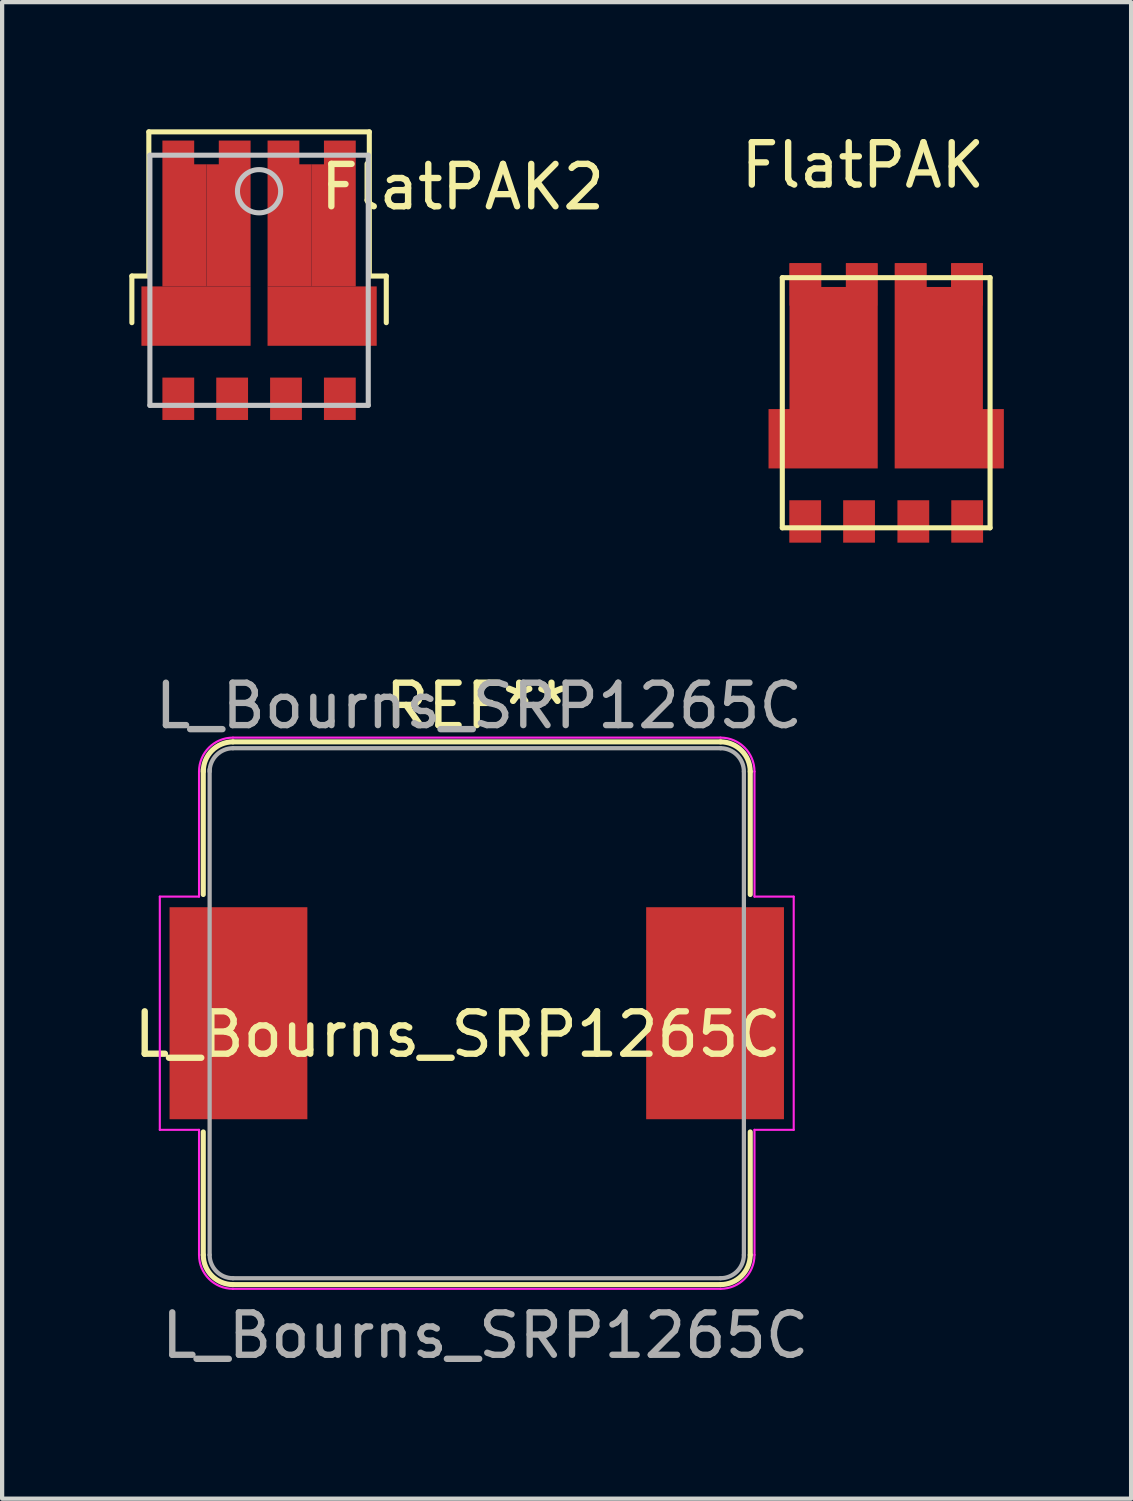
<source format=kicad_pcb>
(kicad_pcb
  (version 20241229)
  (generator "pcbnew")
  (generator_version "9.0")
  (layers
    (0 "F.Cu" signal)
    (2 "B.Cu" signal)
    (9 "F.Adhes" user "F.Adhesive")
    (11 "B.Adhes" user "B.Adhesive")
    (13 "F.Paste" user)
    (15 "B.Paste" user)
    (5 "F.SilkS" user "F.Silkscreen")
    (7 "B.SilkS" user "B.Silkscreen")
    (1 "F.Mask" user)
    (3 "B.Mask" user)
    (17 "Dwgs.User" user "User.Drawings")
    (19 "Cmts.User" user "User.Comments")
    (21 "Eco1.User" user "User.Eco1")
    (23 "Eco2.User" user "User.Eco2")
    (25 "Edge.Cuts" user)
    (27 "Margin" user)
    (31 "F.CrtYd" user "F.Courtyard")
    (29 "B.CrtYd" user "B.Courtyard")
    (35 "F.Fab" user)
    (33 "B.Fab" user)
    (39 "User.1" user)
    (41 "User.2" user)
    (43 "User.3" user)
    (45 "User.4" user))
  (footprint "FlatPAK2"
    (layer "F.Cu")
    (at 3.06 3.56)
    (property "Reference" "FlatPAK2" (at 4.8 -2.2 0) (layer "F.SilkS") (effects (font (size 1 1) (thickness 0.15))))
    (attr through_hole)
    (fp_line (start -3 -0.1) (end -2.6 -0.1) (stroke (width 0.12) (type solid)) (layer "F.SilkS"))
    (fp_line (start -3 1) (end -3 -0.1) (stroke (width 0.12) (type solid)) (layer "F.SilkS"))
    (fp_line (start -2.6 -3.5) (end 2.6 -3.5) (stroke (width 0.12) (type solid)) (layer "F.SilkS"))
    (fp_line (start -2.6 -0.1) (end -2.6 -3.5) (stroke (width 0.12) (type solid)) (layer "F.SilkS"))
    (fp_line (start 2.6 -3.5) (end 2.6 -0.1) (stroke (width 0.12) (type solid)) (layer "F.SilkS"))
    (fp_line (start 2.6 -0.1) (end 3 -0.1) (stroke (width 0.12) (type solid)) (layer "F.SilkS"))
    (fp_line (start 3 -0.1) (end 3 1) (stroke (width 0.12) (type solid)) (layer "F.SilkS"))
    (fp_line (start -2.575 -2.95) (end -2.575 2.95) (stroke (width 0.12) (type solid)) (layer "Dwgs.User"))
    (fp_line (start -2.575 -2.95) (end 2.575 -2.95) (stroke (width 0.12) (type solid)) (layer "Dwgs.User"))
    (fp_line (start -2.575 2.95) (end 2.575 2.95) (stroke (width 0.12) (type solid)) (layer "Dwgs.User"))
    (fp_line (start 2.575 2.95) (end 2.575 -2.95) (stroke (width 0.12) (type solid)) (layer "Dwgs.User"))
    (fp_circle (center 0 -2.1) (end 0.1 -1.6) (stroke (width 0.12) (type solid)) (fill no) (layer "Dwgs.User"))
    (pad "1" smd rect (at 1.905 2.795) (size 0.75 1) (layers "F.Cu" "F.Mask" "F.Paste"))
    (pad "2" smd rect (at 0.635 2.795) (size 0.75 1) (layers "F.Cu" "F.Mask" "F.Paste"))
    (pad "3" smd rect (at -0.635 2.795) (size 0.75 1) (layers "F.Cu" "F.Mask" "F.Paste"))
    (pad "4" smd rect (at -1.905 2.795) (size 0.75 1) (layers "F.Cu" "F.Mask" "F.Paste"))
    (pad "5" smd custom (at -1.905 -3.015) (size 0.75 0.56) (layers "F.Cu" "F.Mask" "F.Paste") (options (anchor rect)) (primitives (gr_poly (pts (xy -0.375 -0.28) (xy 0.375 -0.28) (xy 0.375 0.28) (xy 0.665 0.28) (xy 0.665 3.16) (xy -0.375 3.16)) (width 0) (fill yes))))
    (pad "6" smd custom (at -0.575 -3.015) (size 0.75 0.56) (layers "F.Cu" "F.Mask" "F.Paste") (options (anchor rect)) (primitives (gr_poly (pts (xy 0.375 -0.28) (xy -0.375 -0.28) (xy -0.375 0.28) (xy -0.665 0.28) (xy -0.665 3.16) (xy 0.375 3.16)) (width 0) (fill yes))))
    (pad "7" smd custom (at 0.575 -3.015) (size 0.75 0.56) (layers "F.Cu" "F.Mask" "F.Paste") (options (anchor rect)) (primitives (gr_poly (pts (xy -0.375 -0.28) (xy 0.375 -0.28) (xy 0.375 0.28) (xy 0.665 0.28) (xy 0.665 3.16) (xy -0.375 3.16)) (width 0) (fill yes))))
    (pad "8" smd custom (at 1.905 -3.015) (size 0.75 0.56) (layers "F.Cu" "F.Mask" "F.Paste") (options (anchor rect)) (primitives (gr_poly (pts (xy 0.375 -0.28) (xy -0.375 -0.28) (xy -0.375 0.28) (xy -0.665 0.28) (xy -0.665 3.16) (xy 0.375 3.16)) (width 0) (fill yes))))
    (pad "F1" smd rect (at -2.131 0.845) (size 2.575 1.4) (drill (offset 0.644 0)) (layers "F.Cu" "F.Mask" "F.Paste"))
    (pad "F2" smd rect (at 2.131 0.845) (size 2.575 1.4) (drill (offset -0.644 0)) (layers "F.Cu" "F.Mask" "F.Paste")))
  (footprint "L_Bourns_SRP1265C"
    (layer "F.Cu")
    (at 7.744 20.846)
    (property "Reference" "L_Bourns_SRP1265C" (at 0 0.5 0) (layer "F.SilkS") (effects (font (size 1 1) (thickness 0.15))))
    (attr through_hole)
    (fp_line (start -6 -5.75) (end -6 -2.8) (stroke (width 0.12) (type solid)) (layer "F.SilkS"))
    (fp_line (start -6 2.8) (end -6 5.7) (stroke (width 0.12) (type solid)) (layer "F.SilkS"))
    (fp_line (start -5.3 -6.4) (end 6.2 -6.4) (stroke (width 0.12) (type solid)) (layer "F.SilkS"))
    (fp_line (start 6.2 6.4) (end -5.3 6.4) (stroke (width 0.12) (type solid)) (layer "F.SilkS"))
    (fp_line (start 6.9 -5.7) (end 6.9 -2.8) (stroke (width 0.12) (type solid)) (layer "F.SilkS"))
    (fp_line (start 6.9 2.8) (end 6.9 5.7) (stroke (width 0.12) (type solid)) (layer "F.SilkS"))
    (fp_arc (start -6 -5.7) (mid -5.794975 -6.194975) (end -5.3 -6.4) (stroke (width 0.12) (type solid)) (layer "F.SilkS"))
    (fp_arc (start -5.3 6.4) (mid -5.794975 6.194975) (end -6 5.7) (stroke (width 0.12) (type solid)) (layer "F.SilkS"))
    (fp_arc (start 6.2 -6.4) (mid 6.694975 -6.194975) (end 6.9 -5.7) (stroke (width 0.12) (type solid)) (layer "F.SilkS"))
    (fp_arc (start 6.9 5.7) (mid 6.694975 6.194975) (end 6.2 6.4) (stroke (width 0.12) (type solid)) (layer "F.SilkS"))
    (fp_line (start -7.025 -2.75) (end -6.1 -2.75) (stroke (width 0.05) (type solid)) (layer "F.CrtYd"))
    (fp_line (start -7.025 2.75) (end -7.025 -2.75) (stroke (width 0.05) (type solid)) (layer "F.CrtYd"))
    (fp_line (start -7.025 2.75) (end -6.1 2.75) (stroke (width 0.05) (type solid)) (layer "F.CrtYd"))
    (fp_line (start -6.1 -2.75) (end -6.1 -5.7) (stroke (width 0.05) (type solid)) (layer "F.CrtYd"))
    (fp_line (start -6.1 5.7) (end -6.1 2.75) (stroke (width 0.05) (type solid)) (layer "F.CrtYd"))
    (fp_line (start -5.3 -6.5) (end 6.2 -6.5) (stroke (width 0.05) (type solid)) (layer "F.CrtYd"))
    (fp_line (start 6.2 6.5) (end -5.3 6.5) (stroke (width 0.05) (type solid)) (layer "F.CrtYd"))
    (fp_line (start 7 -5.7) (end 7 -2.75) (stroke (width 0.05) (type solid)) (layer "F.CrtYd"))
    (fp_line (start 7 2.75) (end 7 5.7) (stroke (width 0.05) (type solid)) (layer "F.CrtYd"))
    (fp_line (start 7.925 -2.75) (end 7 -2.75) (stroke (width 0.05) (type solid)) (layer "F.CrtYd"))
    (fp_line (start 7.925 -2.75) (end 7.925 2.75) (stroke (width 0.05) (type solid)) (layer "F.CrtYd"))
    (fp_line (start 7.925 2.75) (end 7 2.75) (stroke (width 0.05) (type solid)) (layer "F.CrtYd"))
    (fp_arc (start -6.1 -5.7) (mid -5.865685 -6.265685) (end -5.3 -6.5) (stroke (width 0.05) (type solid)) (layer "F.CrtYd"))
    (fp_arc (start -5.3 6.5) (mid -5.865685 6.265685) (end -6.1 5.7) (stroke (width 0.05) (type solid)) (layer "F.CrtYd"))
    (fp_arc (start 6.2 -6.5) (mid 6.765685 -6.265685) (end 7 -5.7) (stroke (width 0.05) (type solid)) (layer "F.CrtYd"))
    (fp_arc (start 7 5.7) (mid 6.765685 6.265685) (end 6.2 6.5) (stroke (width 0.05) (type solid)) (layer "F.CrtYd"))
    (fp_line (start -5.85 -5.75) (end -5.85 5.7) (stroke (width 0.1) (type solid)) (layer "F.Fab"))
    (fp_line (start -5.3 -6.25) (end 6.2 -6.25) (stroke (width 0.1) (type solid)) (layer "F.Fab"))
    (fp_line (start 6.2 6.25) (end -5.3 6.25) (stroke (width 0.1) (type solid)) (layer "F.Fab"))
    (fp_line (start 6.75 -5.7) (end 6.75 5.7) (stroke (width 0.1) (type solid)) (layer "F.Fab"))
    (fp_arc (start -5.85 -5.7) (mid -5.688909 -6.088909) (end -5.3 -6.25) (stroke (width 0.1) (type solid)) (layer "F.Fab"))
    (fp_arc (start -5.3 6.25) (mid -5.688909 6.088909) (end -5.85 5.7) (stroke (width 0.1) (type solid)) (layer "F.Fab"))
    (fp_arc (start 6.2 -6.25) (mid 6.588909 -6.088909) (end 6.75 -5.7) (stroke (width 0.1) (type solid)) (layer "F.Fab"))
    (fp_arc (start 6.75 5.7) (mid 6.588909 6.088909) (end 6.2 6.25) (stroke (width 0.1) (type solid)) (layer "F.Fab"))
    (fp_text user "REF**" (at 0.45 -7.25 0) (layer "F.SilkS") (effects (font (size 1 1) (thickness 0.15))))
    (fp_text user "${REFERENCE}" (at 0.5 -7.25 0) (layer "F.Fab") (effects (font (size 1 1) (thickness 0.15))))
    (fp_text user "L_Bourns_SRP1265C" (at 0.65 7.6 0) (layer "F.Fab") (effects (font (size 1 1) (thickness 0.15))))
    (pad "1" smd rect (at -5.17 0) (size 3.25 5) (layers "F.Cu" "F.Mask" "F.Paste"))
    (pad "2" smd rect (at 6.07 0) (size 3.25 5) (layers "F.Cu" "F.Mask" "F.Paste")))
  (footprint "FlatPAK"
    (layer "F.Cu")
    (at 17.85 7.998)
    (property "Reference" "FlatPAK" (at -0.55 -7.15 0) (layer "F.SilkS") (effects (font (size 1 1) (thickness 0.15))))
    (attr through_hole)
    (fp_line (start -2.45 1.4) (end -2.45 -4.5) (stroke (width 0.12) (type solid)) (layer "F.SilkS"))
    (fp_line (start -2.45 1.4) (end 2.45 1.4) (stroke (width 0.12) (type solid)) (layer "F.SilkS"))
    (fp_line (start 2.45 -4.5) (end -2.45 -4.5) (stroke (width 0.12) (type solid)) (layer "F.SilkS"))
    (fp_line (start 2.45 1.4) (end 2.45 -4.5) (stroke (width 0.12) (type solid)) (layer "F.SilkS"))
    (pad "" smd custom (at -2.775 0) (size 0.0001 0.0001) (layers "F.Cu" "F.Mask" "F.Paste") (options (anchor rect)) (primitives (gr_poly (pts (xy 0 -1.4) (xy 0.495 -1.4) (xy 0.495 -4.84) (xy 1.245 -4.84) (xy 1.245 -4.28) (xy 1.825 -4.28) (xy 1.825 -4.84) (xy 2.575 -4.84) (xy 2.575 0) (xy 0 0)) (width 0) (fill yes))))
    (pad "" smd custom (at 2.775 0) (size 0.0001 0.0001) (layers "F.Cu" "F.Mask" "F.Paste") (options (anchor rect)) (primitives (gr_poly (pts (xy 0 -1.4) (xy -0.495 -1.4) (xy -0.495 -4.84) (xy -1.245 -4.84) (xy -1.245 -4.28) (xy -1.825 -4.28) (xy -1.825 -4.84) (xy -2.575 -4.84) (xy -2.575 0) (xy 0 0)) (width 0) (fill yes))))
    (pad "1" smd custom (at -1.91 1.25) (size 0.75 1) (layers "F.Cu" "F.Mask" "F.Paste") (options (anchor rect)) (primitives))
    (pad "2" smd custom (at -0.64 1.25) (size 0.75 1) (layers "F.Cu" "F.Mask" "F.Paste") (options (anchor rect)) (primitives))
    (pad "3" smd custom (at 0.64 1.25) (size 0.75 1) (layers "F.Cu" "F.Mask" "F.Paste") (options (anchor rect)) (primitives))
    (pad "4" smd custom (at 1.91 1.25) (size 0.75 1) (layers "F.Cu" "F.Mask" "F.Paste") (options (anchor rect)) (primitives))
    (pad "5" smd custom (at -1.91 -4.34) (size 0.74 1) (layers "F.Cu" "F.Mask" "F.Paste") (options (anchor rect)) (primitives))
    (pad "6" smd custom (at -0.58 -4.34) (size 0.74 1) (layers "F.Cu" "F.Mask" "F.Paste") (options (anchor rect)) (primitives))
    (pad "7" smd custom (at 0.58 -4.34) (size 0.74 1) (layers "F.Cu" "F.Mask" "F.Paste") (options (anchor rect)) (primitives))
    (pad "8" smd custom (at 1.91 -4.34) (size 0.74 1) (layers "F.Cu" "F.Mask" "F.Paste") (options (anchor rect)) (primitives)))
  (gr_rect
    (start -3 -3)
    (end 23.626 32.295)
    (stroke (width 0.1) (type default))
    (fill no)
    (layer "Edge.Cuts")))
</source>
